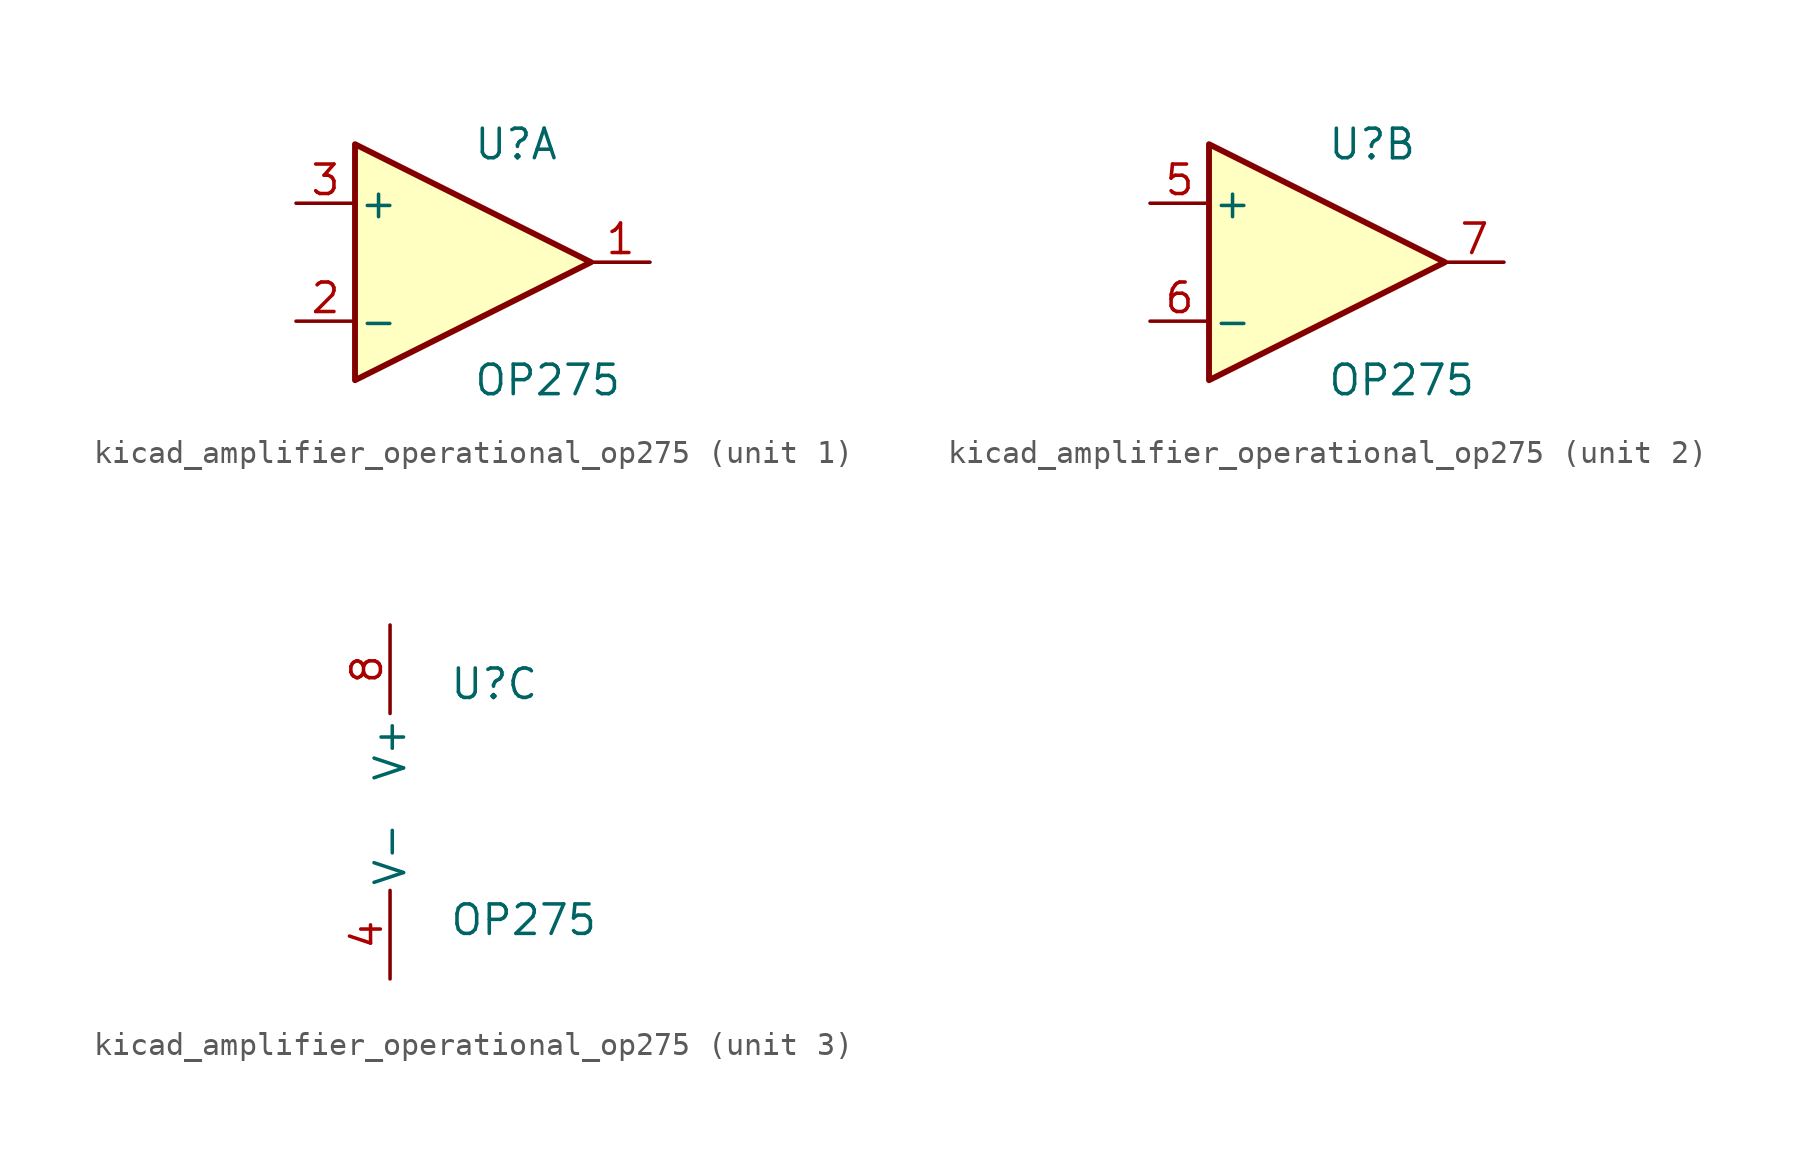
<source format=kicad_sym>
(kicad_symbol_lib
  (version 20220914)
  (generator kicad_symbol_editor)
  (symbol "kicad_amplifier_operational_op275"
    (pin_names
      (offset 0.127))
    (property "Reference" "U"
      (at 0 5.08 0)
      (effects (font (size 1.27 1.27)) (justify left)))
    (property "Value" "OP275"
      (at 0 -5.08 0)
      (effects (font (size 1.27 1.27)) (justify left)))
    (property "ki_locked" ""
      (at 0 0 0)
      (effects (font (size 1.27 1.27))))
    (symbol "kicad_amplifier_operational_op275_1_1"
      (polyline (pts (xy -5.08 5.08) (xy 5.08 0) (xy -5.08 -5.08) (xy -5.08 5.08)) (stroke (width 0.254) (type default)) (fill (type background)))
      (pin output line (at 7.62 0 180) (length 2.54) (name "~" (effects (font (size 1.27 1.27)))) (number "1" (effects (font (size 1.27 1.27)))))
      (pin input line (at -7.62 -2.54 0) (length 2.54) (name "-" (effects (font (size 1.27 1.27)))) (number "2" (effects (font (size 1.27 1.27)))))
      (pin input line (at -7.62 2.54 0) (length 2.54) (name "+" (effects (font (size 1.27 1.27)))) (number "3" (effects (font (size 1.27 1.27))))))
    (symbol "kicad_amplifier_operational_op275_2_1"
      (polyline (pts (xy -5.08 5.08) (xy 5.08 0) (xy -5.08 -5.08) (xy -5.08 5.08)) (stroke (width 0.254) (type default)) (fill (type background)))
      (pin input line (at -7.62 2.54 0) (length 2.54) (name "+" (effects (font (size 1.27 1.27)))) (number "5" (effects (font (size 1.27 1.27)))))
      (pin input line (at -7.62 -2.54 0) (length 2.54) (name "-" (effects (font (size 1.27 1.27)))) (number "6" (effects (font (size 1.27 1.27)))))
      (pin output line (at 7.62 0 180) (length 2.54) (name "~" (effects (font (size 1.27 1.27)))) (number "7" (effects (font (size 1.27 1.27))))))
    (symbol "kicad_amplifier_operational_op275_3_1"
      (pin power_in line (at -2.54 -7.62 90) (length 3.81) (name "V-" (effects (font (size 1.27 1.27)))) (number "4" (effects (font (size 1.27 1.27)))))
      (pin power_in line (at -2.54 7.62 270) (length 3.81) (name "V+" (effects (font (size 1.27 1.27)))) (number "8" (effects (font (size 1.27 1.27))))))))
</source>
